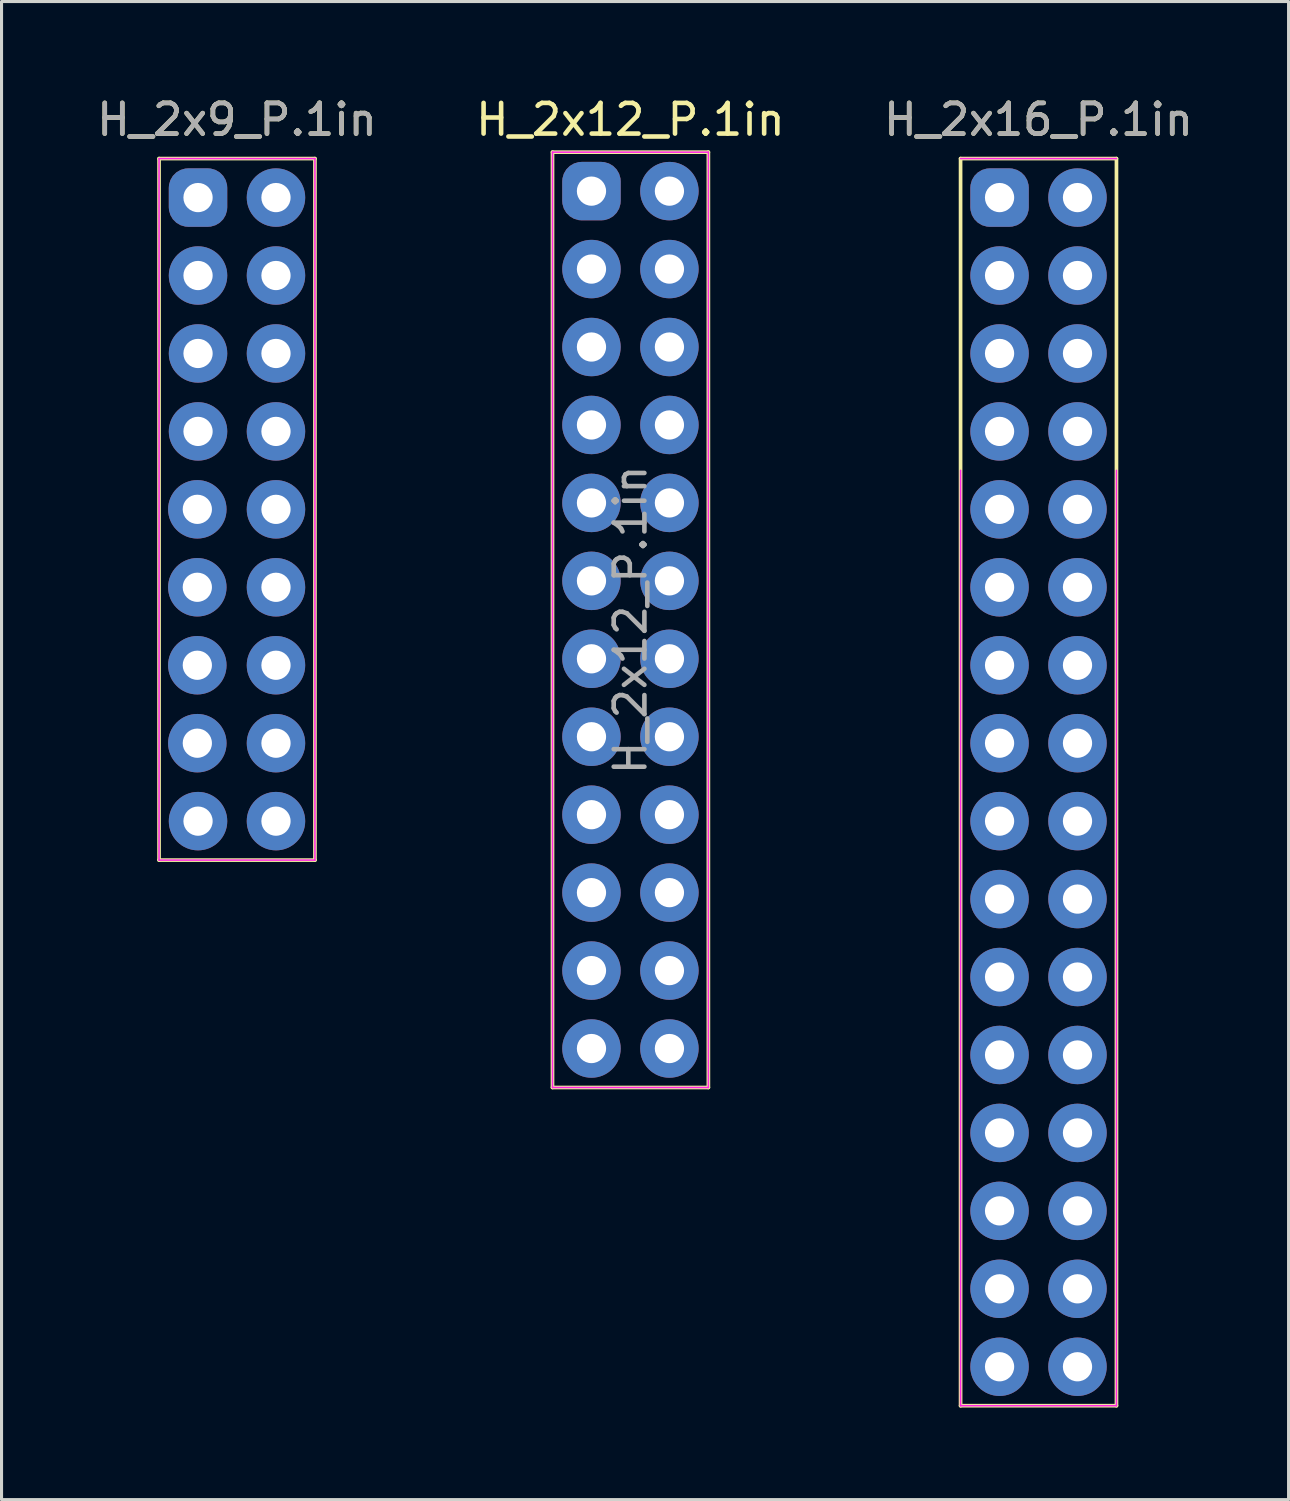
<source format=kicad_pcb>
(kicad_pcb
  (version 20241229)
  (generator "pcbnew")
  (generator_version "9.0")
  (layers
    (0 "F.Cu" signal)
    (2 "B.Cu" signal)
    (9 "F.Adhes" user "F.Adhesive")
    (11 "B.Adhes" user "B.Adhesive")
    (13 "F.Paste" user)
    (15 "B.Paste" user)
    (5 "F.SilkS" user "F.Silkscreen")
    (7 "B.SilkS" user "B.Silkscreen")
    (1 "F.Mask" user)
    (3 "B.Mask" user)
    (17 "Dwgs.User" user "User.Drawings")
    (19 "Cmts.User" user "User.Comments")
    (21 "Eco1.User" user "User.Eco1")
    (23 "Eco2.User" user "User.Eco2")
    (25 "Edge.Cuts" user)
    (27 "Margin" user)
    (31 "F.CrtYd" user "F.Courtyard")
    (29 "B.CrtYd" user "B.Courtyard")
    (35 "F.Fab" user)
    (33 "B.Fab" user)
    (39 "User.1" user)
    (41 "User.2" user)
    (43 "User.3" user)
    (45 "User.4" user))
  (footprint "H_2x12_P.1in"
    (layer "F.Cu")
    (at 16.224 3.178)
    (property "Reference" "H_2x12_P.1in" (at 1.27 -2.33 0) (layer "F.SilkS") (effects (font (size 1 1) (thickness 0.15))))
    (attr through_hole)
    (fp_line (start -1.27 -1.27) (end 3.81 -1.27) (stroke (width 0.12) (type solid)) (layer "F.SilkS"))
    (fp_line (start -1.27 29.21) (end -1.27 -1.27) (stroke (width 0.12) (type solid)) (layer "F.SilkS"))
    (fp_line (start 3.81 -1.27) (end 3.81 29.21) (stroke (width 0.12) (type solid)) (layer "F.SilkS"))
    (fp_line (start 3.81 29.21) (end -1.27 29.21) (stroke (width 0.12) (type solid)) (layer "F.SilkS"))
    (fp_line (start -1.27 -1.27) (end 3.81 -1.27) (stroke (width 0.05) (type solid)) (layer "F.CrtYd"))
    (fp_line (start -1.27 29.21) (end -1.27 -1.27) (stroke (width 0.05) (type solid)) (layer "F.CrtYd"))
    (fp_line (start 3.81 -1.27) (end 3.81 29.21) (stroke (width 0.05) (type solid)) (layer "F.CrtYd"))
    (fp_line (start 3.81 29.21) (end -1.27 29.21) (stroke (width 0.05) (type solid)) (layer "F.CrtYd"))
    (fp_text user "${REFERENCE}" (at 1.27 13.97 90) (layer "F.Fab") (effects (font (size 1 1) (thickness 0.15))))
    (pad "1" thru_hole roundrect (at 0 0) (size 1.905 1.905) (drill 0.953) (layers "*.Cu" "*.Mask") (roundrect_rratio 0.333))
    (pad "2" thru_hole circle (at 2.54 0) (size 1.905 1.905) (drill 0.953) (layers "*.Cu" "*.Mask"))
    (pad "3" thru_hole circle (at 0 2.54) (size 1.905 1.905) (drill 0.953) (layers "*.Cu" "*.Mask"))
    (pad "4" thru_hole circle (at 2.54 2.54) (size 1.905 1.905) (drill 0.953) (layers "*.Cu" "*.Mask"))
    (pad "5" thru_hole circle (at 0 5.08) (size 1.905 1.905) (drill 0.953) (layers "*.Cu" "*.Mask"))
    (pad "6" thru_hole circle (at 2.54 5.08) (size 1.905 1.905) (drill 0.953) (layers "*.Cu" "*.Mask"))
    (pad "7" thru_hole circle (at 0 7.62) (size 1.905 1.905) (drill 0.953) (layers "*.Cu" "*.Mask"))
    (pad "8" thru_hole circle (at 2.54 7.62) (size 1.905 1.905) (drill 0.953) (layers "*.Cu" "*.Mask"))
    (pad "9" thru_hole circle (at 0 10.16) (size 1.905 1.905) (drill 0.953) (layers "*.Cu" "*.Mask"))
    (pad "10" thru_hole circle (at 2.54 10.16) (size 1.905 1.905) (drill 0.953) (layers "*.Cu" "*.Mask"))
    (pad "11" thru_hole circle (at 0 12.7) (size 1.905 1.905) (drill 0.953) (layers "*.Cu" "*.Mask"))
    (pad "12" thru_hole circle (at 2.54 12.7) (size 1.905 1.905) (drill 0.953) (layers "*.Cu" "*.Mask"))
    (pad "13" thru_hole circle (at 0 15.24) (size 1.905 1.905) (drill 0.953) (layers "*.Cu" "*.Mask"))
    (pad "14" thru_hole circle (at 2.54 15.24) (size 1.905 1.905) (drill 0.953) (layers "*.Cu" "*.Mask"))
    (pad "15" thru_hole circle (at 0 17.78) (size 1.905 1.905) (drill 0.953) (layers "*.Cu" "*.Mask"))
    (pad "16" thru_hole circle (at 2.54 17.78) (size 1.905 1.905) (drill 0.953) (layers "*.Cu" "*.Mask"))
    (pad "17" thru_hole circle (at 0 20.32) (size 1.905 1.905) (drill 0.953) (layers "*.Cu" "*.Mask"))
    (pad "18" thru_hole circle (at 2.54 20.32) (size 1.905 1.905) (drill 0.953) (layers "*.Cu" "*.Mask"))
    (pad "19" thru_hole circle (at 0 22.86) (size 1.905 1.905) (drill 0.953) (layers "*.Cu" "*.Mask"))
    (pad "20" thru_hole circle (at 2.54 22.86) (size 1.905 1.905) (drill 0.953) (layers "*.Cu" "*.Mask"))
    (pad "21" thru_hole circle (at 0 25.4) (size 1.905 1.905) (drill 0.953) (layers "*.Cu" "*.Mask"))
    (pad "22" thru_hole circle (at 2.54 25.4) (size 1.905 1.905) (drill 0.953) (layers "*.Cu" "*.Mask"))
    (pad "23" thru_hole circle (at 0 27.94) (size 1.905 1.905) (drill 0.953) (layers "*.Cu" "*.Mask"))
    (pad "24" thru_hole circle (at 2.54 27.94) (size 1.905 1.905) (drill 0.953) (layers "*.Cu" "*.Mask")))
  (footprint "H_2x16_P.1in"
    (layer "F.Cu")
    (at 29.522 3.388)
    (property "Reference" "H_2x16_P.1in" (at 1.27 -2.54 0) (layer "F.SilkS") (effects (font (size 1 1) (thickness 0.15))))
    (attr through_hole)
    (fp_line (start -1.27 -1.27) (end 3.81 -1.27) (stroke (width 0.12) (type solid)) (layer "F.SilkS"))
    (fp_line (start -1.27 39.37) (end -1.27 -1.27) (stroke (width 0.12) (type solid)) (layer "F.SilkS"))
    (fp_line (start 3.81 -1.27) (end 3.81 39.37) (stroke (width 0.12) (type solid)) (layer "F.SilkS"))
    (fp_line (start 3.81 39.37) (end -1.27 39.37) (stroke (width 0.12) (type solid)) (layer "F.SilkS"))
    (fp_line (start -1.27 -1.27) (end 3.81 -1.27) (stroke (width 0.05) (type solid)) (layer "F.CrtYd"))
    (fp_line (start -1.27 39.37) (end -1.27 8.89) (stroke (width 0.05) (type solid)) (layer "F.CrtYd"))
    (fp_line (start 3.81 8.89) (end 3.81 39.37) (stroke (width 0.05) (type solid)) (layer "F.CrtYd"))
    (fp_line (start 3.81 39.37) (end -1.27 39.37) (stroke (width 0.05) (type solid)) (layer "F.CrtYd"))
    (fp_text user "${REFERENCE}" (at 1.27 -2.54 180) (layer "F.Fab") (effects (font (size 1 1) (thickness 0.15))))
    (pad "1" thru_hole roundrect (at 0 0 270) (size 1.905 1.905) (drill 0.953) (layers "*.Cu" "*.Mask") (roundrect_rratio 0.333))
    (pad "2" thru_hole circle (at 0 2.54 270) (size 1.905 1.905) (drill 0.953) (layers "*.Cu" "*.Mask"))
    (pad "3" thru_hole circle (at 0 5.08 270) (size 1.905 1.905) (drill 0.953) (layers "*.Cu" "*.Mask"))
    (pad "4" thru_hole circle (at 0 7.62 270) (size 1.905 1.905) (drill 0.953) (layers "*.Cu" "*.Mask"))
    (pad "5" thru_hole circle (at 0 10.16 270) (size 1.905 1.905) (drill 0.953) (layers "*.Cu" "*.Mask"))
    (pad "6" thru_hole circle (at 0 12.7 270) (size 1.905 1.905) (drill 0.953) (layers "*.Cu" "*.Mask"))
    (pad "7" thru_hole circle (at 0 15.24 270) (size 1.905 1.905) (drill 0.953) (layers "*.Cu" "*.Mask"))
    (pad "8" thru_hole circle (at 0 17.78 270) (size 1.905 1.905) (drill 0.953) (layers "*.Cu" "*.Mask"))
    (pad "9" thru_hole circle (at 0 20.32 270) (size 1.905 1.905) (drill 0.953) (layers "*.Cu" "*.Mask"))
    (pad "10" thru_hole circle (at 0 22.86 270) (size 1.905 1.905) (drill 0.953) (layers "*.Cu" "*.Mask"))
    (pad "11" thru_hole circle (at 0 25.4 270) (size 1.905 1.905) (drill 0.953) (layers "*.Cu" "*.Mask"))
    (pad "12" thru_hole circle (at 0 27.94 270) (size 1.905 1.905) (drill 0.953) (layers "*.Cu" "*.Mask"))
    (pad "13" thru_hole circle (at 0 30.48 270) (size 1.905 1.905) (drill 0.953) (layers "*.Cu" "*.Mask"))
    (pad "14" thru_hole circle (at 0 33.02 270) (size 1.905 1.905) (drill 0.953) (layers "*.Cu" "*.Mask"))
    (pad "15" thru_hole circle (at 0 35.56 270) (size 1.905 1.905) (drill 0.953) (layers "*.Cu" "*.Mask"))
    (pad "16" thru_hole circle (at 0 38.1 270) (size 1.905 1.905) (drill 0.953) (layers "*.Cu" "*.Mask"))
    (pad "17" thru_hole circle (at 2.54 38.1 90) (size 1.905 1.905) (drill 0.953) (layers "*.Cu" "*.Mask"))
    (pad "18" thru_hole circle (at 2.54 35.56 90) (size 1.905 1.905) (drill 0.953) (layers "*.Cu" "*.Mask"))
    (pad "19" thru_hole circle (at 2.54 33.02 90) (size 1.905 1.905) (drill 0.953) (layers "*.Cu" "*.Mask"))
    (pad "20" thru_hole circle (at 2.54 30.48 90) (size 1.905 1.905) (drill 0.953) (layers "*.Cu" "*.Mask"))
    (pad "21" thru_hole circle (at 2.54 27.94 90) (size 1.905 1.905) (drill 0.953) (layers "*.Cu" "*.Mask"))
    (pad "22" thru_hole circle (at 2.54 25.4 90) (size 1.905 1.905) (drill 0.953) (layers "*.Cu" "*.Mask"))
    (pad "23" thru_hole circle (at 2.54 22.86 90) (size 1.905 1.905) (drill 0.953) (layers "*.Cu" "*.Mask"))
    (pad "24" thru_hole circle (at 2.54 20.32 90) (size 1.905 1.905) (drill 0.953) (layers "*.Cu" "*.Mask"))
    (pad "25" thru_hole circle (at 2.54 17.78 90) (size 1.905 1.905) (drill 0.953) (layers "*.Cu" "*.Mask"))
    (pad "26" thru_hole circle (at 2.54 15.24 90) (size 1.905 1.905) (drill 0.953) (layers "*.Cu" "*.Mask"))
    (pad "27" thru_hole circle (at 2.54 12.7 90) (size 1.905 1.905) (drill 0.953) (layers "*.Cu" "*.Mask"))
    (pad "28" thru_hole circle (at 2.54 10.16 90) (size 1.905 1.905) (drill 0.953) (layers "*.Cu" "*.Mask"))
    (pad "29" thru_hole circle (at 2.54 7.62 90) (size 1.905 1.905) (drill 0.953) (layers "*.Cu" "*.Mask"))
    (pad "30" thru_hole circle (at 2.54 5.08 90) (size 1.905 1.905) (drill 0.953) (layers "*.Cu" "*.Mask"))
    (pad "31" thru_hole circle (at 2.54 2.54 90) (size 1.905 1.905) (drill 0.953) (layers "*.Cu" "*.Mask"))
    (pad "32" thru_hole circle (at 2.54 0 90) (size 1.905 1.905) (drill 0.953) (layers "*.Cu" "*.Mask")))
  (footprint "H_2x9_P.1in"
    (layer "F.Cu")
    (at 3.403 3.388)
    (property "Reference" "H_2x9_P.1in" (at 1.27 -2.54 0) (layer "F.SilkS") (effects (font (size 1 1) (thickness 0.15))))
    (attr through_hole)
    (fp_line (start -1.27 -1.27) (end 3.81 -1.27) (stroke (width 0.12) (type solid)) (layer "F.SilkS"))
    (fp_line (start -1.27 21.59) (end -1.27 -1.27) (stroke (width 0.12) (type solid)) (layer "F.SilkS"))
    (fp_line (start 3.81 -1.27) (end 3.81 21.59) (stroke (width 0.12) (type solid)) (layer "F.SilkS"))
    (fp_line (start 3.81 21.59) (end -1.27 21.59) (stroke (width 0.12) (type solid)) (layer "F.SilkS"))
    (fp_line (start -1.27 -1.27) (end 3.81 -1.27) (stroke (width 0.05) (type solid)) (layer "F.CrtYd"))
    (fp_line (start -1.27 21.59) (end -1.27 -1.27) (stroke (width 0.05) (type solid)) (layer "F.CrtYd"))
    (fp_line (start 3.81 -1.27) (end 3.81 21.59) (stroke (width 0.05) (type solid)) (layer "F.CrtYd"))
    (fp_line (start 3.81 21.59) (end -1.27 21.59) (stroke (width 0.05) (type solid)) (layer "F.CrtYd"))
    (fp_text user "${REFERENCE}" (at 1.27 -2.54 180) (layer "F.Fab") (effects (font (size 1 1) (thickness 0.15))))
    (pad "1" thru_hole roundrect (at 0 0) (size 1.905 1.905) (drill 0.953) (layers "*.Cu" "*.Mask") (roundrect_rratio 0.333))
    (pad "2" thru_hole circle (at 0 2.54) (size 1.905 1.905) (drill 0.953) (layers "*.Cu" "*.Mask"))
    (pad "3" thru_hole circle (at 0 5.08) (size 1.905 1.905) (drill 0.953) (layers "*.Cu" "*.Mask"))
    (pad "4" thru_hole circle (at 0 7.62) (size 1.905 1.905) (drill 0.953) (layers "*.Cu" "*.Mask"))
    (pad "5" thru_hole circle (at -0.023 10.159 270) (size 1.905 1.905) (drill 0.953) (layers "*.Cu" "*.Mask"))
    (pad "6" thru_hole circle (at -0.023 12.699 270) (size 1.905 1.905) (drill 0.953) (layers "*.Cu" "*.Mask"))
    (pad "7" thru_hole circle (at -0.023 15.24 270) (size 1.905 1.905) (drill 0.953) (layers "*.Cu" "*.Mask"))
    (pad "8" thru_hole circle (at -0.023 17.78 270) (size 1.905 1.905) (drill 0.953) (layers "*.Cu" "*.Mask"))
    (pad "9" thru_hole circle (at 0 20.32 90) (size 1.905 1.905) (drill 0.953) (layers "*.Cu" "*.Mask"))
    (pad "10" thru_hole circle (at 2.54 20.32 90) (size 1.905 1.905) (drill 0.953) (layers "*.Cu" "*.Mask"))
    (pad "11" thru_hole circle (at 2.54 17.78 90) (size 1.905 1.905) (drill 0.953) (layers "*.Cu" "*.Mask"))
    (pad "12" thru_hole circle (at 2.54 15.24 90) (size 1.905 1.905) (drill 0.953) (layers "*.Cu" "*.Mask"))
    (pad "13" thru_hole circle (at 2.54 12.7 90) (size 1.905 1.905) (drill 0.953) (layers "*.Cu" "*.Mask"))
    (pad "14" thru_hole circle (at 2.54 10.16 90) (size 1.905 1.905) (drill 0.953) (layers "*.Cu" "*.Mask"))
    (pad "15" thru_hole circle (at 2.54 7.62 90) (size 1.905 1.905) (drill 0.953) (layers "*.Cu" "*.Mask"))
    (pad "16" thru_hole circle (at 2.54 5.08 90) (size 1.905 1.905) (drill 0.953) (layers "*.Cu" "*.Mask"))
    (pad "17" thru_hole circle (at 2.54 2.54 90) (size 1.905 1.905) (drill 0.953) (layers "*.Cu" "*.Mask"))
    (pad "18" thru_hole circle (at 2.54 0 90) (size 1.905 1.905) (drill 0.953) (layers "*.Cu" "*.Mask")))
  (gr_rect
    (start -3 -3)
    (end 38.94 45.818)
    (stroke (width 0.1) (type default))
    (fill no)
    (layer "Edge.Cuts")))
</source>
